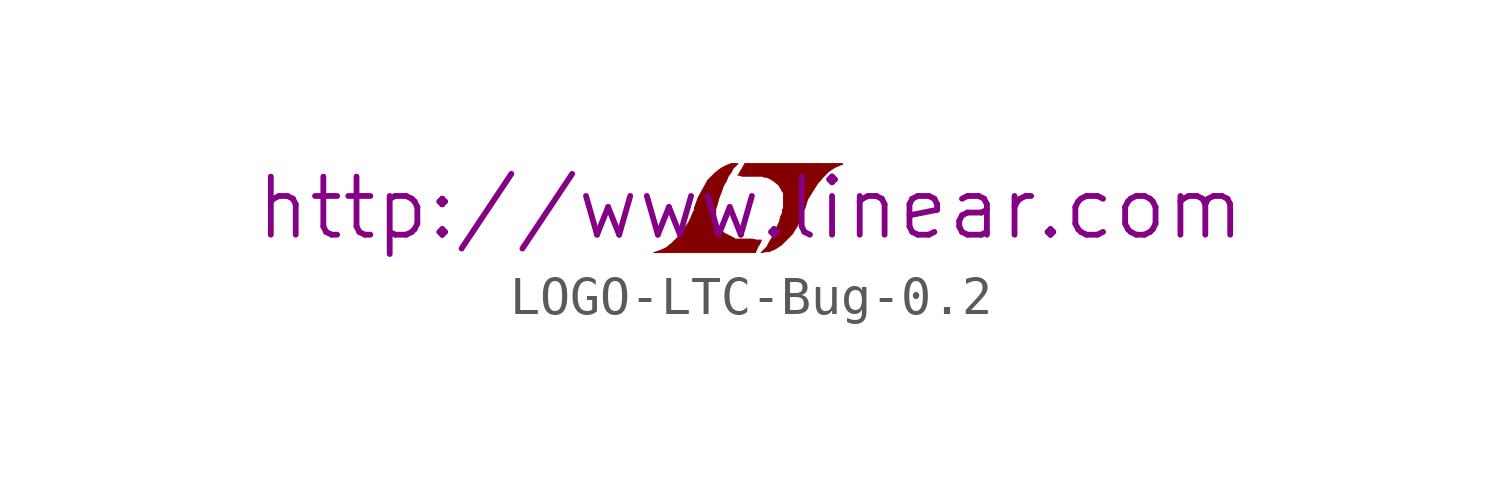
<source format=kicad_sym>
(kicad_symbol_lib
  (version 20201005)
  (generator kicad_symbol_editor)
  (symbol "LOGO-LTC-Bug-0.2"
    (pin_names
      (offset 1.016))
    (property "Reference" "#G"
      (at 0 -0.406 0)
      (effects (font (size 1.524 1.524)) hide))
    (property "Footprint" ""
      (at 0 0 0)
      (effects (font (size 1.524 1.524))))
    (property "Datasheet" "http://www.linear.com"
      (at 0 0 0)
      (effects (font (size 1.524 1.524))))
    (symbol "LOGO-LTC-Bug-0.2_0_0"
      (polyline (pts (xy 0.203 -0.991) (xy 0.229 -0.965) (xy 0.279 -0.864) (xy 0.279 -0.838) (xy 0.152 -0.838) (xy 0.051 -0.813) (xy -0.406 -0.813) (xy -0.432 -0.787) (xy -0.686 -0.66) (xy -0.787 -0.559) (xy -0.864 -0.432) (xy -0.914 -0.33) (xy -0.914 -0.025) (xy -0.864 0.127) (xy -0.838 0.229) (xy -0.813 0.305) (xy -0.762 0.432) (xy -0.711 0.584) (xy -0.635 0.711) (xy -0.584 0.838) (xy -0.508 0.94) (xy -0.457 1.041) (xy -0.33 1.168) (xy -0.508 1.168) (xy -0.635 1.118) (xy -0.737 1.067) (xy -0.813 1.016) (xy -0.94 0.914) (xy -1.118 0.737) (xy -1.372 0.279) (xy -1.473 0) (xy -1.473 -0.051) (xy -1.524 -0.152) (xy -1.575 -0.279) (xy -1.626 -0.381) (xy -1.753 -0.559) (xy -1.905 -0.762) (xy -2.057 -0.914) (xy -2.21 -1.041) (xy -2.388 -1.118) (xy -2.54 -1.168) (xy 0.127 -1.168) (xy 0.203 -0.991)) (stroke (width 0.025)) (fill (type outline)))
      (polyline (pts (xy 0.406 -1.143) (xy 0.483 -1.143) (xy 0.66 -1.067) (xy 0.813 -0.965) (xy 1.092 -0.686) (xy 1.219 -0.483) (xy 1.321 -0.279) (xy 1.397 -0.025) (xy 1.422 -0.025) (xy 1.499 0.229) (xy 1.753 0.635) (xy 1.905 0.813) (xy 2.057 0.965) (xy 2.21 1.067) (xy 2.388 1.143) (xy 2.413 1.143) (xy 2.413 1.168) (xy -0.152 1.168) (xy -0.229 1.016) (xy -0.254 0.991) (xy -0.305 0.889) (xy -0.33 0.864) (xy -0.279 0.864) (xy -0.229 0.838) (xy 0.305 0.838) (xy 0.356 0.813) (xy 0.406 0.813) (xy 0.483 0.787) (xy 0.61 0.711) (xy 0.737 0.61) (xy 0.813 0.483) (xy 0.838 0.432) (xy 0.864 0.406) (xy 0.864 0) (xy 0.838 -0.051) (xy 0.838 -0.127) (xy 0.787 -0.229) (xy 0.762 -0.356) (xy 0.686 -0.508) (xy 0.635 -0.66) (xy 0.483 -0.914) (xy 0.432 -1.016) (xy 0.279 -1.168) (xy 0.406 -1.143)) (stroke (width 0.025)) (fill (type outline))))))
</source>
